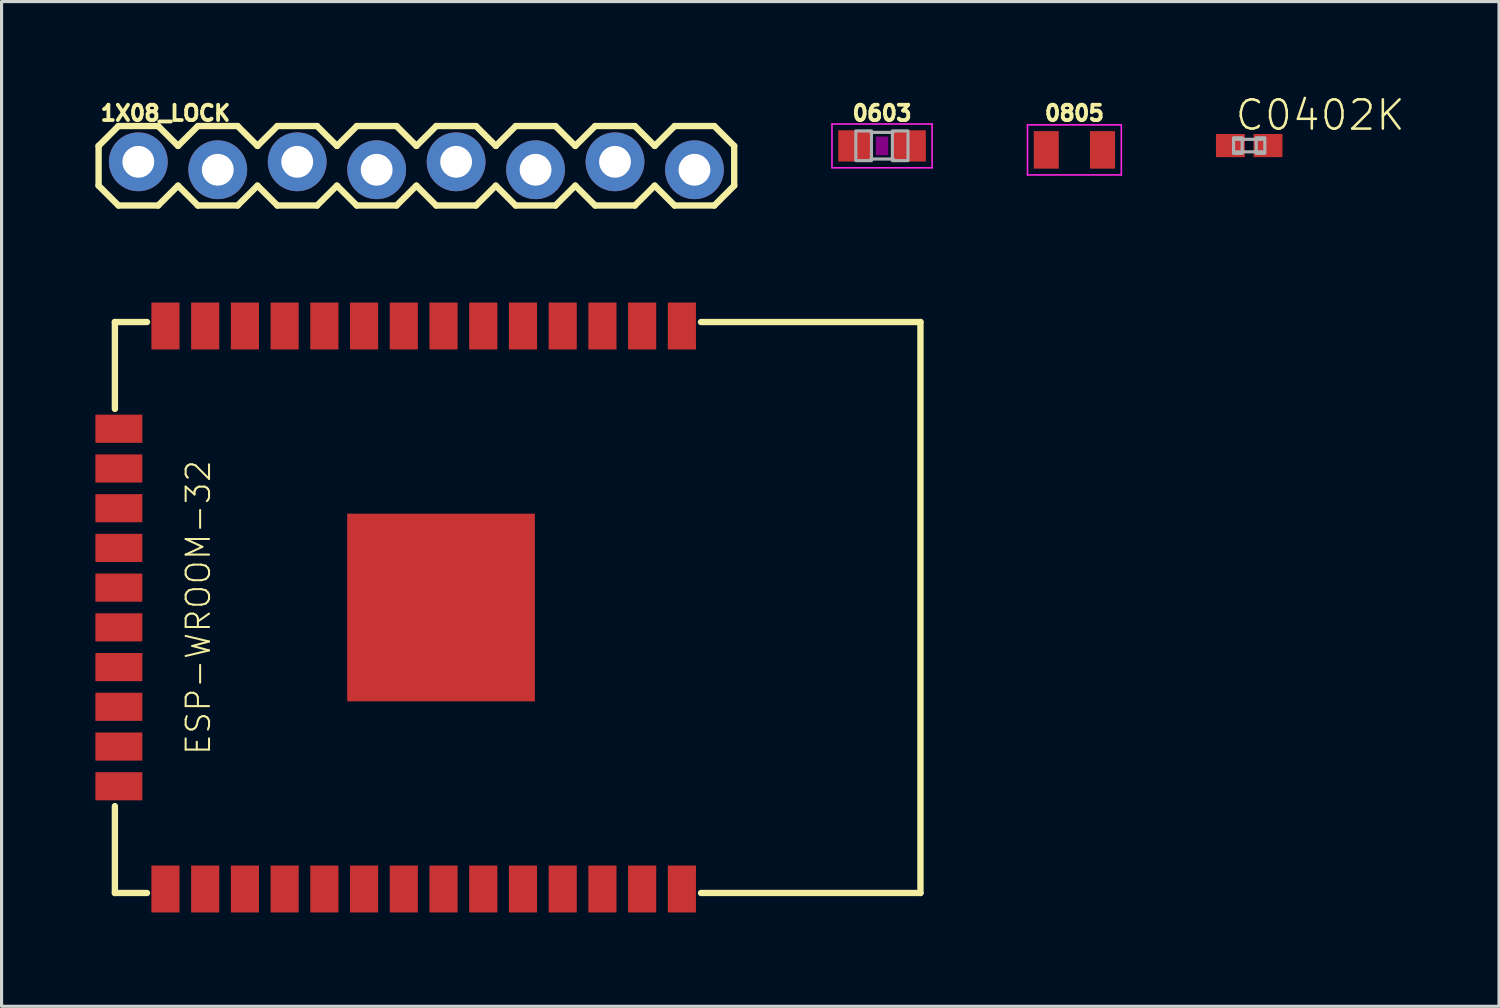
<source format=kicad_pcb>
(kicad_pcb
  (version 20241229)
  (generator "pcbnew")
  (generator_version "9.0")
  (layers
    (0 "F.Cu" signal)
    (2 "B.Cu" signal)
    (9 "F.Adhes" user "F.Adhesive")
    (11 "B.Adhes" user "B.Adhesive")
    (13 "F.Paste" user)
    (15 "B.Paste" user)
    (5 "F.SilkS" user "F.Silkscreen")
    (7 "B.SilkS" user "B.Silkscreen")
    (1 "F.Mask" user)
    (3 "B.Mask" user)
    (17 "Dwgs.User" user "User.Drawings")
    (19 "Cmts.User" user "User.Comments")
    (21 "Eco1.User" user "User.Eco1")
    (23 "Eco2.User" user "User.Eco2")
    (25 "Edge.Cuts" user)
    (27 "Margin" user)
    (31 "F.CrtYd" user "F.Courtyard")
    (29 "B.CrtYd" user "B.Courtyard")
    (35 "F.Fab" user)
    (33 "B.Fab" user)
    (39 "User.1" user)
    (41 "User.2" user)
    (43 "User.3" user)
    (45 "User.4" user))
  (footprint "C0402K"
    (layer "F.Cu")
    (at 36.887 1.604)
    (property "Reference" "C0402K" (at -0.5 -0.425 0) (layer "F.SilkS") (effects (font (size 0.935 0.935) (thickness 0.081)) (justify left bottom)))
    (fp_line (start -0.425 -0.2) (end 0.425 -0.2) (stroke (width 0.102) (type solid)) (layer "F.Fab"))
    (fp_line (start 0.425 0.2) (end -0.425 0.2) (stroke (width 0.102) (type solid)) (layer "F.Fab"))
    (fp_poly (pts (xy -0.5 0.25) (xy -0.225 0.25) (xy -0.225 -0.25) (xy -0.5 -0.25)) (stroke (width 0.1) (type solid)) (fill no) (layer "F.Fab"))
    (fp_poly (pts (xy 0.225 0.25) (xy 0.5 0.25) (xy 0.5 -0.25) (xy 0.225 -0.25)) (stroke (width 0.1) (type solid)) (fill no) (layer "F.Fab"))
    (pad "1" smd rect (at -0.6 0) (size 0.925 0.74) (layers "F.Cu" "F.Mask" "F.Paste"))
    (pad "2" smd rect (at 0.6 0) (size 0.925 0.74) (layers "F.Cu" "F.Mask" "F.Paste")))
  (footprint "0603"
    (layer "F.Cu")
    (at 25.149 1.615)
    (property "Reference" "0603" (at 0 -0.762 0) (layer "F.SilkS") (effects (font (size 0.488 0.488) (thickness 0.122)) (justify bottom)))
    (fp_poly (pts (xy -0.2 0.3) (xy 0.2 0.3) (xy 0.2 -0.3) (xy -0.2 -0.3)) (stroke (width 0) (type solid)) (fill yes) (layer "F.Adhes"))
    (fp_line (start -1.6 -0.7) (end 1.6 -0.7) (stroke (width 0.051) (type solid)) (layer "F.CrtYd"))
    (fp_line (start -1.6 0.7) (end -1.6 -0.7) (stroke (width 0.051) (type solid)) (layer "F.CrtYd"))
    (fp_line (start 1.6 -0.7) (end 1.6 0.7) (stroke (width 0.051) (type solid)) (layer "F.CrtYd"))
    (fp_line (start 1.6 0.7) (end -1.6 0.7) (stroke (width 0.051) (type solid)) (layer "F.CrtYd"))
    (fp_line (start -0.356 -0.432) (end 0.356 -0.432) (stroke (width 0.102) (type solid)) (layer "F.Fab"))
    (fp_line (start -0.356 0.419) (end 0.356 0.419) (stroke (width 0.102) (type solid)) (layer "F.Fab"))
    (fp_poly (pts (xy -0.838 0.47) (xy -0.338 0.47) (xy -0.338 -0.48) (xy -0.838 -0.48)) (stroke (width 0.1) (type solid)) (fill no) (layer "F.Fab"))
    (fp_poly (pts (xy 0.33 0.47) (xy 0.83 0.47) (xy 0.83 -0.48) (xy 0.33 -0.48)) (stroke (width 0.1) (type solid)) (fill no) (layer "F.Fab"))
    (pad "1" smd rect (at -0.85 0) (size 1.1 1) (layers "F.Cu" "F.Mask" "F.Paste"))
    (pad "2" smd rect (at 0.85 0) (size 1.1 1) (layers "F.Cu" "F.Mask" "F.Paste")))
  (footprint "1X08_LOCK"
    (layer "F.Cu")
    (at 1.372 2.25)
    (property "Reference" "1X08_LOCK" (at -1.27 -1.397 0) (layer "F.SilkS") (effects (font (size 0.488 0.488) (thickness 0.122)) (justify left bottom)))
    (fp_line (start -1.27 -0.635) (end -1.27 0.635) (stroke (width 0.203) (type solid)) (layer "F.SilkS"))
    (fp_line (start -1.27 0.635) (end -0.635 1.27) (stroke (width 0.203) (type solid)) (layer "F.SilkS"))
    (fp_line (start -0.635 -1.27) (end -1.27 -0.635) (stroke (width 0.203) (type solid)) (layer "F.SilkS"))
    (fp_line (start -0.635 -1.27) (end 0.635 -1.27) (stroke (width 0.203) (type solid)) (layer "F.SilkS"))
    (fp_line (start 0.635 -1.27) (end 1.27 -0.635) (stroke (width 0.203) (type solid)) (layer "F.SilkS"))
    (fp_line (start 0.635 1.27) (end -0.635 1.27) (stroke (width 0.203) (type solid)) (layer "F.SilkS"))
    (fp_line (start 1.27 -0.635) (end 1.905 -1.27) (stroke (width 0.203) (type solid)) (layer "F.SilkS"))
    (fp_line (start 1.27 0.635) (end 0.635 1.27) (stroke (width 0.203) (type solid)) (layer "F.SilkS"))
    (fp_line (start 1.905 -1.27) (end 3.175 -1.27) (stroke (width 0.203) (type solid)) (layer "F.SilkS"))
    (fp_line (start 1.905 1.27) (end 1.27 0.635) (stroke (width 0.203) (type solid)) (layer "F.SilkS"))
    (fp_line (start 3.175 -1.27) (end 3.81 -0.635) (stroke (width 0.203) (type solid)) (layer "F.SilkS"))
    (fp_line (start 3.175 1.27) (end 1.905 1.27) (stroke (width 0.203) (type solid)) (layer "F.SilkS"))
    (fp_line (start 3.81 -0.635) (end 4.445 -1.27) (stroke (width 0.203) (type solid)) (layer "F.SilkS"))
    (fp_line (start 3.81 0.635) (end 3.175 1.27) (stroke (width 0.203) (type solid)) (layer "F.SilkS"))
    (fp_line (start 4.445 -1.27) (end 5.715 -1.27) (stroke (width 0.203) (type solid)) (layer "F.SilkS"))
    (fp_line (start 4.445 1.27) (end 3.81 0.635) (stroke (width 0.203) (type solid)) (layer "F.SilkS"))
    (fp_line (start 5.715 -1.27) (end 6.35 -0.635) (stroke (width 0.203) (type solid)) (layer "F.SilkS"))
    (fp_line (start 5.715 1.27) (end 4.445 1.27) (stroke (width 0.203) (type solid)) (layer "F.SilkS"))
    (fp_line (start 6.35 0.635) (end 5.715 1.27) (stroke (width 0.203) (type solid)) (layer "F.SilkS"))
    (fp_line (start 6.35 0.635) (end 6.985 1.27) (stroke (width 0.203) (type solid)) (layer "F.SilkS"))
    (fp_line (start 6.985 -1.27) (end 6.35 -0.635) (stroke (width 0.203) (type solid)) (layer "F.SilkS"))
    (fp_line (start 6.985 -1.27) (end 8.255 -1.27) (stroke (width 0.203) (type solid)) (layer "F.SilkS"))
    (fp_line (start 8.255 -1.27) (end 8.89 -0.635) (stroke (width 0.203) (type solid)) (layer "F.SilkS"))
    (fp_line (start 8.255 1.27) (end 6.985 1.27) (stroke (width 0.203) (type solid)) (layer "F.SilkS"))
    (fp_line (start 8.89 -0.635) (end 9.525 -1.27) (stroke (width 0.203) (type solid)) (layer "F.SilkS"))
    (fp_line (start 8.89 0.635) (end 8.255 1.27) (stroke (width 0.203) (type solid)) (layer "F.SilkS"))
    (fp_line (start 9.525 -1.27) (end 10.795 -1.27) (stroke (width 0.203) (type solid)) (layer "F.SilkS"))
    (fp_line (start 9.525 1.27) (end 8.89 0.635) (stroke (width 0.203) (type solid)) (layer "F.SilkS"))
    (fp_line (start 10.795 -1.27) (end 11.43 -0.635) (stroke (width 0.203) (type solid)) (layer "F.SilkS"))
    (fp_line (start 10.795 1.27) (end 9.525 1.27) (stroke (width 0.203) (type solid)) (layer "F.SilkS"))
    (fp_line (start 11.43 -0.635) (end 12.065 -1.27) (stroke (width 0.203) (type solid)) (layer "F.SilkS"))
    (fp_line (start 11.43 0.635) (end 10.795 1.27) (stroke (width 0.203) (type solid)) (layer "F.SilkS"))
    (fp_line (start 12.065 -1.27) (end 13.335 -1.27) (stroke (width 0.203) (type solid)) (layer "F.SilkS"))
    (fp_line (start 12.065 1.27) (end 11.43 0.635) (stroke (width 0.203) (type solid)) (layer "F.SilkS"))
    (fp_line (start 13.335 -1.27) (end 13.97 -0.635) (stroke (width 0.203) (type solid)) (layer "F.SilkS"))
    (fp_line (start 13.335 1.27) (end 12.065 1.27) (stroke (width 0.203) (type solid)) (layer "F.SilkS"))
    (fp_line (start 13.97 0.635) (end 13.335 1.27) (stroke (width 0.203) (type solid)) (layer "F.SilkS"))
    (fp_line (start 13.97 0.635) (end 14.605 1.27) (stroke (width 0.203) (type solid)) (layer "F.SilkS"))
    (fp_line (start 14.605 -1.27) (end 13.97 -0.635) (stroke (width 0.203) (type solid)) (layer "F.SilkS"))
    (fp_line (start 14.605 -1.27) (end 15.875 -1.27) (stroke (width 0.203) (type solid)) (layer "F.SilkS"))
    (fp_line (start 15.875 -1.27) (end 16.51 -0.635) (stroke (width 0.203) (type solid)) (layer "F.SilkS"))
    (fp_line (start 15.875 1.27) (end 14.605 1.27) (stroke (width 0.203) (type solid)) (layer "F.SilkS"))
    (fp_line (start 16.51 0.635) (end 15.875 1.27) (stroke (width 0.203) (type solid)) (layer "F.SilkS"))
    (fp_line (start 16.51 0.635) (end 17.145 1.27) (stroke (width 0.203) (type solid)) (layer "F.SilkS"))
    (fp_line (start 17.145 -1.27) (end 16.51 -0.635) (stroke (width 0.203) (type solid)) (layer "F.SilkS"))
    (fp_line (start 17.145 -1.27) (end 18.415 -1.27) (stroke (width 0.203) (type solid)) (layer "F.SilkS"))
    (fp_line (start 18.415 -1.27) (end 19.05 -0.635) (stroke (width 0.203) (type solid)) (layer "F.SilkS"))
    (fp_line (start 18.415 1.27) (end 17.145 1.27) (stroke (width 0.203) (type solid)) (layer "F.SilkS"))
    (fp_line (start 19.05 -0.635) (end 19.05 0.635) (stroke (width 0.203) (type solid)) (layer "F.SilkS"))
    (fp_line (start 19.05 0.635) (end 18.415 1.27) (stroke (width 0.203) (type solid)) (layer "F.SilkS"))
    (fp_poly (pts (xy -0.254 0.254) (xy 0.254 0.254) (xy 0.254 -0.254) (xy -0.254 -0.254)) (stroke (width 0.1) (type solid)) (fill no) (layer "F.Fab"))
    (fp_poly (pts (xy 2.286 0.254) (xy 2.794 0.254) (xy 2.794 -0.254) (xy 2.286 -0.254)) (stroke (width 0.1) (type solid)) (fill no) (layer "F.Fab"))
    (fp_poly (pts (xy 4.826 0.254) (xy 5.334 0.254) (xy 5.334 -0.254) (xy 4.826 -0.254)) (stroke (width 0.1) (type solid)) (fill no) (layer "F.Fab"))
    (fp_poly (pts (xy 7.366 0.254) (xy 7.874 0.254) (xy 7.874 -0.254) (xy 7.366 -0.254)) (stroke (width 0.1) (type solid)) (fill no) (layer "F.Fab"))
    (fp_poly (pts (xy 9.906 0.254) (xy 10.414 0.254) (xy 10.414 -0.254) (xy 9.906 -0.254)) (stroke (width 0.1) (type solid)) (fill no) (layer "F.Fab"))
    (fp_poly (pts (xy 12.446 0.254) (xy 12.954 0.254) (xy 12.954 -0.254) (xy 12.446 -0.254)) (stroke (width 0.1) (type solid)) (fill no) (layer "F.Fab"))
    (fp_poly (pts (xy 14.986 0.254) (xy 15.494 0.254) (xy 15.494 -0.254) (xy 14.986 -0.254)) (stroke (width 0.1) (type solid)) (fill no) (layer "F.Fab"))
    (fp_poly (pts (xy 17.526 0.254) (xy 18.034 0.254) (xy 18.034 -0.254) (xy 17.526 -0.254)) (stroke (width 0.1) (type solid)) (fill no) (layer "F.Fab"))
    (pad "1" thru_hole circle (at 0 -0.127 90) (size 1.88 1.88) (drill 1.016) (layers "*.Cu" "*.Mask"))
    (pad "2" thru_hole circle (at 2.54 0.127 90) (size 1.88 1.88) (drill 1.016) (layers "*.Cu" "*.Mask"))
    (pad "3" thru_hole circle (at 5.08 -0.127 90) (size 1.88 1.88) (drill 1.016) (layers "*.Cu" "*.Mask"))
    (pad "4" thru_hole circle (at 7.62 0.127 90) (size 1.88 1.88) (drill 1.016) (layers "*.Cu" "*.Mask"))
    (pad "5" thru_hole circle (at 10.16 -0.127 90) (size 1.88 1.88) (drill 1.016) (layers "*.Cu" "*.Mask"))
    (pad "6" thru_hole circle (at 12.7 0.127 90) (size 1.88 1.88) (drill 1.016) (layers "*.Cu" "*.Mask"))
    (pad "7" thru_hole circle (at 15.24 -0.127 90) (size 1.88 1.88) (drill 1.016) (layers "*.Cu" "*.Mask"))
    (pad "8" thru_hole circle (at 17.78 0.127 90) (size 1.88 1.88) (drill 1.016) (layers "*.Cu" "*.Mask")))
  (footprint "ESP-WROOM-32"
    (layer "F.Cu")
    (at 11.05 16.372)
    (property "Reference" "ESP-WROOM-32" (at -7.76 0 90) (layer "F.SilkS") (effects (font (size 0.748 0.748) (thickness 0.065))))
    (fp_line (start -10.427 -9.127) (end -9.4 -9.127) (stroke (width 0.203) (type solid)) (layer "F.SilkS"))
    (fp_line (start -10.427 -6.35) (end -10.427 -9.127) (stroke (width 0.203) (type solid)) (layer "F.SilkS"))
    (fp_line (start -10.427 6.35) (end -10.427 9.127) (stroke (width 0.203) (type solid)) (layer "F.SilkS"))
    (fp_line (start -10.427 9.127) (end -9.4 9.127) (stroke (width 0.203) (type solid)) (layer "F.SilkS"))
    (fp_line (start 8.311 -9.127) (end 15.327 -9.127) (stroke (width 0.203) (type solid)) (layer "F.SilkS"))
    (fp_line (start 8.311 9.127) (end 15.327 9.127) (stroke (width 0.203) (type solid)) (layer "F.SilkS"))
    (fp_line (start 15.327 -9.127) (end 15.327 9.127) (stroke (width 0.203) (type solid)) (layer "F.SilkS"))
    (fp_poly (pts (xy -2.54 -0.635) (xy -0.635 -0.635) (xy -0.635 -2.54) (xy -2.54 -2.54)) (stroke (width 0) (type solid)) (fill yes) (layer "F.Paste"))
    (fp_poly (pts (xy -2.54 2.54) (xy -0.635 2.54) (xy -0.635 0.635) (xy -2.54 0.635)) (stroke (width 0) (type solid)) (fill yes) (layer "F.Paste"))
    (fp_poly (pts (xy 0.635 -0.635) (xy 2.54 -0.635) (xy 2.54 -2.54) (xy 0.635 -2.54)) (stroke (width 0) (type solid)) (fill yes) (layer "F.Paste"))
    (fp_poly (pts (xy 0.635 2.54) (xy 2.54 2.54) (xy 2.54 0.635) (xy 0.635 0.635)) (stroke (width 0) (type solid)) (fill yes) (layer "F.Paste"))
    (pad "1" smd rect (at 7.7 -9) (size 0.9 1.5) (layers "F.Cu" "F.Mask" "F.Paste"))
    (pad "2" smd rect (at 6.43 -9) (size 0.9 1.5) (layers "F.Cu" "F.Mask" "F.Paste"))
    (pad "3" smd rect (at 5.16 -9) (size 0.9 1.5) (layers "F.Cu" "F.Mask" "F.Paste"))
    (pad "4" smd rect (at 3.89 -9) (size 0.9 1.5) (layers "F.Cu" "F.Mask" "F.Paste"))
    (pad "5" smd rect (at 2.62 -9) (size 0.9 1.5) (layers "F.Cu" "F.Mask" "F.Paste"))
    (pad "6" smd rect (at 1.35 -9) (size 0.9 1.5) (layers "F.Cu" "F.Mask" "F.Paste"))
    (pad "7" smd rect (at 0.08 -9) (size 0.9 1.5) (layers "F.Cu" "F.Mask" "F.Paste"))
    (pad "8" smd rect (at -1.19 -9) (size 0.9 1.5) (layers "F.Cu" "F.Mask" "F.Paste"))
    (pad "9" smd rect (at -2.46 -9) (size 0.9 1.5) (layers "F.Cu" "F.Mask" "F.Paste"))
    (pad "10" smd rect (at -3.73 -9) (size 0.9 1.5) (layers "F.Cu" "F.Mask" "F.Paste"))
    (pad "11" smd rect (at -5 -9) (size 0.9 1.5) (layers "F.Cu" "F.Mask" "F.Paste"))
    (pad "12" smd rect (at -6.27 -9) (size 0.9 1.5) (layers "F.Cu" "F.Mask" "F.Paste"))
    (pad "13" smd rect (at -7.54 -9) (size 0.9 1.5) (layers "F.Cu" "F.Mask" "F.Paste"))
    (pad "14" smd rect (at -8.81 -9) (size 0.9 1.5) (layers "F.Cu" "F.Mask" "F.Paste"))
    (pad "15" smd rect (at -10.3 -5.715 90) (size 0.9 1.5) (layers "F.Cu" "F.Mask" "F.Paste"))
    (pad "16" smd rect (at -10.3 -4.445 90) (size 0.9 1.5) (layers "F.Cu" "F.Mask" "F.Paste"))
    (pad "17" smd rect (at -10.3 -3.175 90) (size 0.9 1.5) (layers "F.Cu" "F.Mask" "F.Paste"))
    (pad "18" smd rect (at -10.3 -1.905 90) (size 0.9 1.5) (layers "F.Cu" "F.Mask" "F.Paste"))
    (pad "19" smd rect (at -10.3 -0.635 90) (size 0.9 1.5) (layers "F.Cu" "F.Mask" "F.Paste"))
    (pad "20" smd rect (at -10.3 0.635 90) (size 0.9 1.5) (layers "F.Cu" "F.Mask" "F.Paste"))
    (pad "21" smd rect (at -10.3 1.905 90) (size 0.9 1.5) (layers "F.Cu" "F.Mask" "F.Paste"))
    (pad "22" smd rect (at -10.3 3.175 90) (size 0.9 1.5) (layers "F.Cu" "F.Mask" "F.Paste"))
    (pad "23" smd rect (at -10.3 4.445 90) (size 0.9 1.5) (layers "F.Cu" "F.Mask" "F.Paste"))
    (pad "24" smd rect (at -10.3 5.715 90) (size 0.9 1.5) (layers "F.Cu" "F.Mask" "F.Paste"))
    (pad "25" smd rect (at -8.81 9) (size 0.9 1.5) (layers "F.Cu" "F.Mask" "F.Paste"))
    (pad "26" smd rect (at -7.54 9) (size 0.9 1.5) (layers "F.Cu" "F.Mask" "F.Paste"))
    (pad "27" smd rect (at -6.27 9) (size 0.9 1.5) (layers "F.Cu" "F.Mask" "F.Paste"))
    (pad "28" smd rect (at -5 9) (size 0.9 1.5) (layers "F.Cu" "F.Mask" "F.Paste"))
    (pad "29" smd rect (at -3.73 9) (size 0.9 1.5) (layers "F.Cu" "F.Mask" "F.Paste"))
    (pad "30" smd rect (at -2.46 9) (size 0.9 1.5) (layers "F.Cu" "F.Mask" "F.Paste"))
    (pad "31" smd rect (at -1.19 9) (size 0.9 1.5) (layers "F.Cu" "F.Mask" "F.Paste"))
    (pad "32" smd rect (at 0.08 9) (size 0.9 1.5) (layers "F.Cu" "F.Mask" "F.Paste"))
    (pad "33" smd rect (at 1.35 9) (size 0.9 1.5) (layers "F.Cu" "F.Mask" "F.Paste"))
    (pad "34" smd rect (at 2.62 9) (size 0.9 1.5) (layers "F.Cu" "F.Mask" "F.Paste"))
    (pad "35" smd rect (at 3.89 9) (size 0.9 1.5) (layers "F.Cu" "F.Mask" "F.Paste"))
    (pad "36" smd rect (at 5.16 9) (size 0.9 1.5) (layers "F.Cu" "F.Mask" "F.Paste"))
    (pad "37" smd rect (at 6.43 9) (size 0.9 1.5) (layers "F.Cu" "F.Mask" "F.Paste"))
    (pad "38" smd rect (at 7.7 9) (size 0.9 1.5) (layers "F.Cu" "F.Mask" "F.Paste"))
    (pad "GND" smd rect (at 0 0) (size 6 6) (layers "F.Cu" "F.Mask")))
  (footprint "0805"
    (layer "F.Cu")
    (at 31.299 1.742)
    (property "Reference" "0805" (at 0 -0.889 0) (layer "F.SilkS") (effects (font (size 0.488 0.488) (thickness 0.122)) (justify bottom)))
    (fp_line (start -1.5 -0.8) (end 1.5 -0.8) (stroke (width 0.051) (type solid)) (layer "F.CrtYd"))
    (fp_line (start -1.5 0.8) (end -1.5 -0.8) (stroke (width 0.051) (type solid)) (layer "F.CrtYd"))
    (fp_line (start 1.5 -0.8) (end 1.5 0.8) (stroke (width 0.051) (type solid)) (layer "F.CrtYd"))
    (fp_line (start 1.5 0.8) (end -1.5 0.8) (stroke (width 0.051) (type solid)) (layer "F.CrtYd"))
    (pad "1" smd rect (at -0.9 0) (size 0.8 1.2) (layers "F.Cu" "F.Mask" "F.Paste"))
    (pad "2" smd rect (at 0.9 0) (size 0.8 1.2) (layers "F.Cu" "F.Mask" "F.Paste")))
  (gr_rect
    (start -3 -3)
    (end 44.874 29.122)
    (stroke (width 0.1) (type default))
    (fill no)
    (layer "Edge.Cuts")))
</source>
